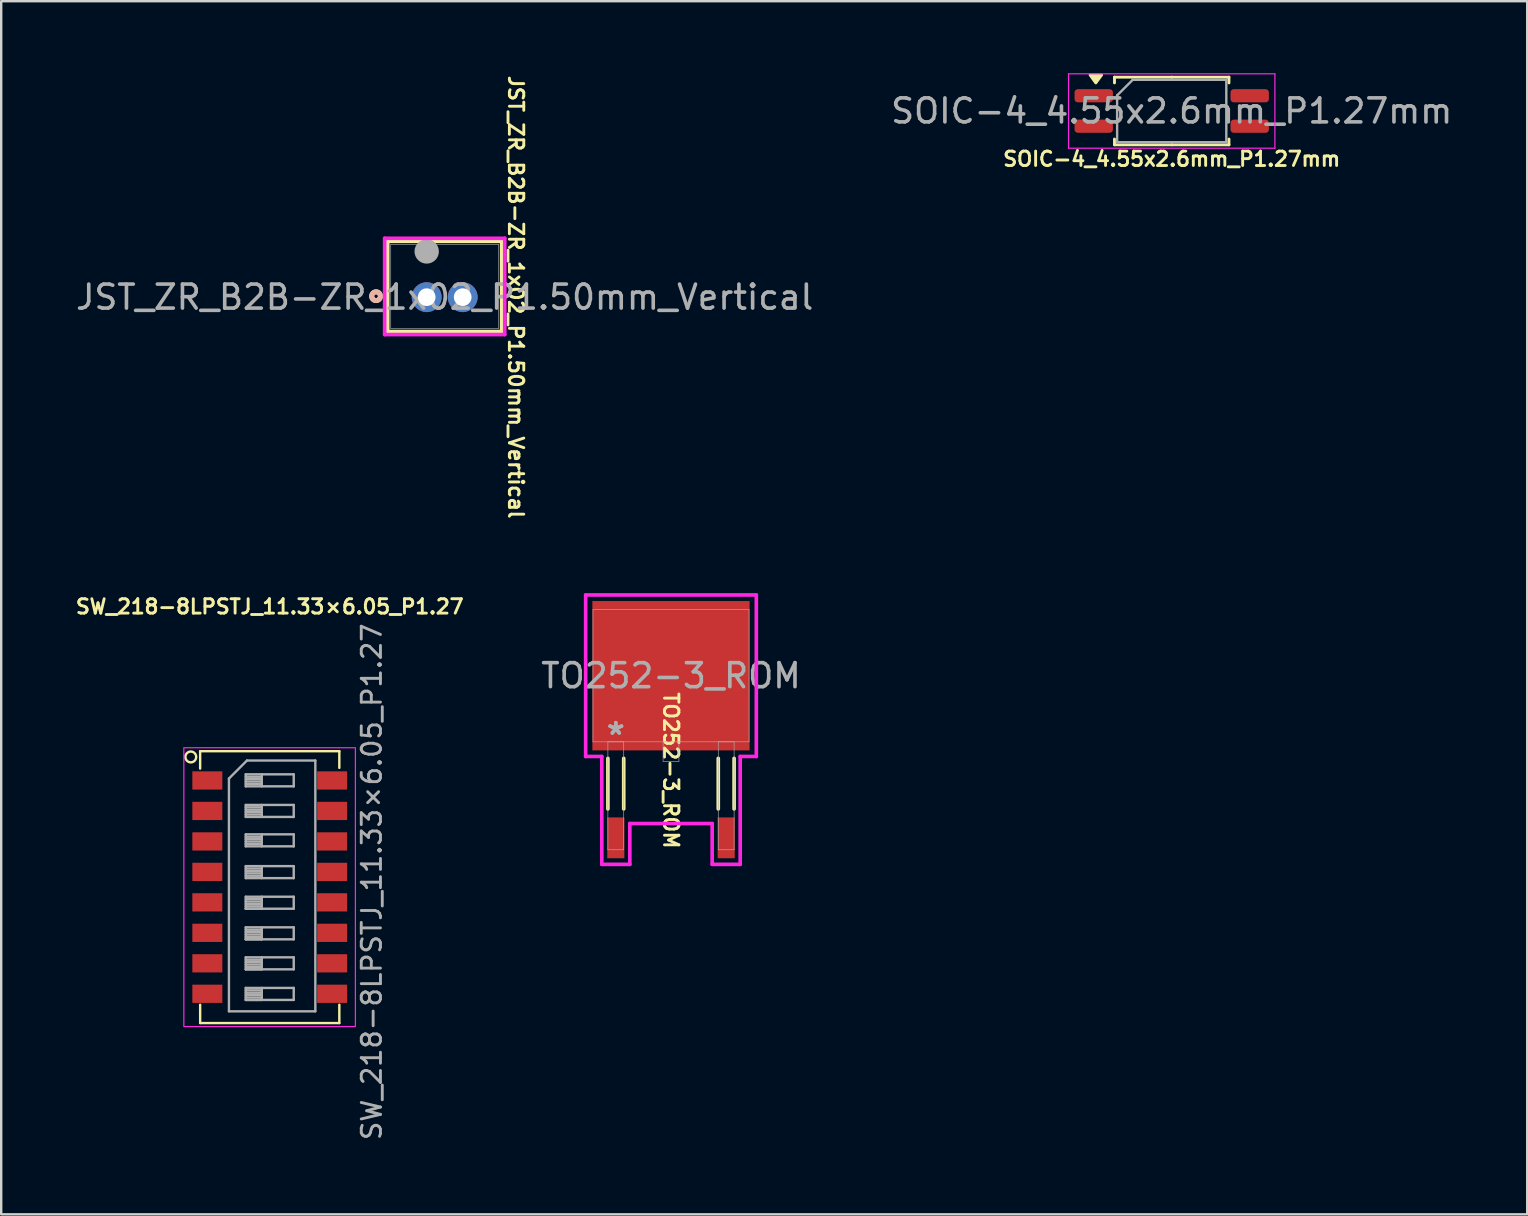
<source format=kicad_pcb>
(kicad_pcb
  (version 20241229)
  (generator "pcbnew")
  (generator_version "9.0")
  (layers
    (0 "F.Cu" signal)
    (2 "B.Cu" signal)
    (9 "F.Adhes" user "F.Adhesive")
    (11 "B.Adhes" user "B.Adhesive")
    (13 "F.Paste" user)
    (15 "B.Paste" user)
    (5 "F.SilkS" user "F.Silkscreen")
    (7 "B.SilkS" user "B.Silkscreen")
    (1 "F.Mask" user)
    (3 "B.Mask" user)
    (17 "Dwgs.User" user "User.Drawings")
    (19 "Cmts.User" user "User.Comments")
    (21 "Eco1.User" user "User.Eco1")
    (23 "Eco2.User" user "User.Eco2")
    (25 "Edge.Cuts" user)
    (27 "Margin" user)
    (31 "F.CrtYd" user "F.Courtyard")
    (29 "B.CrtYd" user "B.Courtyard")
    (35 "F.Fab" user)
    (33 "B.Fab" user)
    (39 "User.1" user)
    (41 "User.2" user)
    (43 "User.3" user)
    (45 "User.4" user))
  (footprint "JST_ZR_B2B-ZR_1x02_P1.50mm_Vertical"
    (layer "F.Cu")
    (at 14.732 9.334)
    (property "Reference" "JST_ZR_B2B-ZR_1x02_P1.50mm_Vertical" (at 3.717 0 270) (unlocked yes) (layer "F.SilkS") (effects (font (size 0.6 0.6) (thickness 0.12))))
    (attr through_hole)
    (fp_line (start -1.625 -2.327) (end -1.625 1.432) (stroke (width 0.152) (type solid)) (layer "F.SilkS"))
    (fp_line (start -1.625 1.432) (end 3.125 1.432) (stroke (width 0.152) (type solid)) (layer "F.SilkS"))
    (fp_line (start 3.125 -2.327) (end -1.625 -2.327) (stroke (width 0.152) (type solid)) (layer "F.SilkS"))
    (fp_line (start 3.125 1.432) (end 3.125 -2.327) (stroke (width 0.152) (type solid)) (layer "F.SilkS"))
    (fp_circle (center -2.11 -0.04) (end -1.93 -0.01) (stroke (width 0.208) (type solid)) (fill no) (layer "F.SilkS"))
    (fp_circle (center -2.11 -0.04) (end -1.93 -0.04) (stroke (width 0.208) (type solid)) (fill no) (layer "B.SilkS"))
    (fp_line (start -1.752 -2.454) (end -1.752 1.559) (stroke (width 0.152) (type solid)) (layer "F.CrtYd"))
    (fp_line (start -1.752 1.559) (end 3.252 1.559) (stroke (width 0.152) (type solid)) (layer "F.CrtYd"))
    (fp_line (start 3.252 -2.454) (end -1.752 -2.454) (stroke (width 0.152) (type solid)) (layer "F.CrtYd"))
    (fp_line (start 3.252 1.559) (end 3.252 -2.454) (stroke (width 0.152) (type solid)) (layer "F.CrtYd"))
    (fp_line (start -1.498 -2.2) (end -1.498 1.305) (stroke (width 0.025) (type solid)) (layer "F.Fab"))
    (fp_line (start -1.498 1.305) (end 2.998 1.305) (stroke (width 0.025) (type solid)) (layer "F.Fab"))
    (fp_line (start 2.998 -2.2) (end -1.498 -2.2) (stroke (width 0.025) (type solid)) (layer "F.Fab"))
    (fp_line (start 2.998 1.305) (end 2.998 -2.2) (stroke (width 0.025) (type solid)) (layer "F.Fab"))
    (fp_circle (center 0 -1.905) (end 0 -1.905) (stroke (width 0.508) (type solid)) (fill no) (layer "F.Fab"))
    (fp_text user "${REFERENCE}" (at 0.75 0 0) (unlocked yes) (layer "F.Fab") (effects (font (size 1 1) (thickness 0.15))))
    (pad "1" thru_hole circle (at 0 0) (size 1.245 1.245) (drill 0.737) (layers "*.Cu" "*.Mask"))
    (pad "2" thru_hole circle (at 1.5 0) (size 1.245 1.245) (drill 0.737) (layers "*.Cu" "*.Mask")))
  (footprint "SW_218-8LPSTJ_11.33×6.05_P1.27"
    (layer "F.Cu")
    (at 8.191 33.92)
    (property "Reference" "SW_218-8LPSTJ_11.33×6.05_P1.27" (at 0 -11.69 180) (layer "F.SilkS") (effects (font (size 0.6 0.6) (thickness 0.12))))
    (attr smd)
    (fp_line (start -2.9 -5.665) (end -2.9 -4.94) (stroke (width 0.1) (type default)) (layer "F.SilkS"))
    (fp_line (start -2.9 5.665) (end -2.9 4.9) (stroke (width 0.1) (type default)) (layer "F.SilkS"))
    (fp_line (start 2.9 -5.665) (end -2.9 -5.665) (stroke (width 0.1) (type default)) (layer "F.SilkS"))
    (fp_line (start 2.9 -5.665) (end 2.9 -4.97) (stroke (width 0.1) (type default)) (layer "F.SilkS"))
    (fp_line (start 2.9 5.665) (end -2.9 5.665) (stroke (width 0.1) (type default)) (layer "F.SilkS"))
    (fp_line (start 2.9 5.665) (end 2.9 4.9) (stroke (width 0.1) (type default)) (layer "F.SilkS"))
    (fp_circle (center -3.29 -5.425) (end -3.28 -5.2) (stroke (width 0.1) (type default)) (fill no) (layer "F.SilkS"))
    (fp_rect (start -3.58 -5.81) (end 3.57 5.81) (stroke (width 0.05) (type default)) (fill no) (layer "F.CrtYd"))
    (fp_line (start -1.7 -4.525) (end -0.95 -5.275) (stroke (width 0.1) (type solid)) (layer "F.Fab"))
    (fp_line (start -1.7 5.175) (end -1.7 -4.525) (stroke (width 0.1) (type solid)) (layer "F.Fab"))
    (fp_line (start -1 -4.7) (end -1 -4.2) (stroke (width 0.1) (type solid)) (layer "F.Fab"))
    (fp_line (start -1 -4.6) (end -0.333 -4.6) (stroke (width 0.1) (type solid)) (layer "F.Fab"))
    (fp_line (start -1 -4.5) (end -0.333 -4.5) (stroke (width 0.1) (type solid)) (layer "F.Fab"))
    (fp_line (start -1 -4.4) (end -0.333 -4.4) (stroke (width 0.1) (type solid)) (layer "F.Fab"))
    (fp_line (start -1 -4.3) (end -0.333 -4.3) (stroke (width 0.1) (type solid)) (layer "F.Fab"))
    (fp_line (start -1 -4.2) (end 1 -4.2) (stroke (width 0.1) (type solid)) (layer "F.Fab"))
    (fp_line (start -1 -3.425) (end -1 -2.925) (stroke (width 0.1) (type solid)) (layer "F.Fab"))
    (fp_line (start -1 -3.325) (end -0.333 -3.325) (stroke (width 0.1) (type solid)) (layer "F.Fab"))
    (fp_line (start -1 -3.225) (end -0.333 -3.225) (stroke (width 0.1) (type solid)) (layer "F.Fab"))
    (fp_line (start -1 -3.125) (end -0.333 -3.125) (stroke (width 0.1) (type solid)) (layer "F.Fab"))
    (fp_line (start -1 -3.025) (end -0.333 -3.025) (stroke (width 0.1) (type solid)) (layer "F.Fab"))
    (fp_line (start -1 -2.925) (end 1 -2.925) (stroke (width 0.1) (type solid)) (layer "F.Fab"))
    (fp_line (start -1 -2.2) (end -1 -1.7) (stroke (width 0.1) (type solid)) (layer "F.Fab"))
    (fp_line (start -1 -2.1) (end -0.333 -2.1) (stroke (width 0.1) (type solid)) (layer "F.Fab"))
    (fp_line (start -1 -2) (end -0.333 -2) (stroke (width 0.1) (type solid)) (layer "F.Fab"))
    (fp_line (start -1 -1.9) (end -0.333 -1.9) (stroke (width 0.1) (type solid)) (layer "F.Fab"))
    (fp_line (start -1 -1.8) (end -0.333 -1.8) (stroke (width 0.1) (type solid)) (layer "F.Fab"))
    (fp_line (start -1 -1.7) (end 1 -1.7) (stroke (width 0.1) (type solid)) (layer "F.Fab"))
    (fp_line (start -1 -0.875) (end -1 -0.375) (stroke (width 0.1) (type solid)) (layer "F.Fab"))
    (fp_line (start -1 -0.775) (end -0.333 -0.775) (stroke (width 0.1) (type solid)) (layer "F.Fab"))
    (fp_line (start -1 -0.675) (end -0.333 -0.675) (stroke (width 0.1) (type solid)) (layer "F.Fab"))
    (fp_line (start -1 -0.575) (end -0.333 -0.575) (stroke (width 0.1) (type solid)) (layer "F.Fab"))
    (fp_line (start -1 -0.475) (end -0.333 -0.475) (stroke (width 0.1) (type solid)) (layer "F.Fab"))
    (fp_line (start -1 -0.375) (end 1 -0.375) (stroke (width 0.1) (type solid)) (layer "F.Fab"))
    (fp_line (start -1 0.4) (end -1 0.9) (stroke (width 0.1) (type solid)) (layer "F.Fab"))
    (fp_line (start -1 0.5) (end -0.333 0.5) (stroke (width 0.1) (type solid)) (layer "F.Fab"))
    (fp_line (start -1 0.6) (end -0.333 0.6) (stroke (width 0.1) (type solid)) (layer "F.Fab"))
    (fp_line (start -1 0.7) (end -0.333 0.7) (stroke (width 0.1) (type solid)) (layer "F.Fab"))
    (fp_line (start -1 0.8) (end -0.333 0.8) (stroke (width 0.1) (type solid)) (layer "F.Fab"))
    (fp_line (start -1 0.9) (end -0.333 0.9) (stroke (width 0.1) (type solid)) (layer "F.Fab"))
    (fp_line (start -1 0.9) (end 1 0.9) (stroke (width 0.1) (type solid)) (layer "F.Fab"))
    (fp_line (start -1 1.675) (end -1 2.175) (stroke (width 0.1) (type solid)) (layer "F.Fab"))
    (fp_line (start -1 1.775) (end -0.333 1.775) (stroke (width 0.1) (type solid)) (layer "F.Fab"))
    (fp_line (start -1 1.875) (end -0.333 1.875) (stroke (width 0.1) (type solid)) (layer "F.Fab"))
    (fp_line (start -1 1.975) (end -0.333 1.975) (stroke (width 0.1) (type solid)) (layer "F.Fab"))
    (fp_line (start -1 2.075) (end -0.333 2.075) (stroke (width 0.1) (type solid)) (layer "F.Fab"))
    (fp_line (start -1 2.175) (end -0.333 2.175) (stroke (width 0.1) (type solid)) (layer "F.Fab"))
    (fp_line (start -1 2.175) (end 1 2.175) (stroke (width 0.1) (type solid)) (layer "F.Fab"))
    (fp_line (start -1 2.925) (end -1 3.425) (stroke (width 0.1) (type solid)) (layer "F.Fab"))
    (fp_line (start -1 3.025) (end -0.333 3.025) (stroke (width 0.1) (type solid)) (layer "F.Fab"))
    (fp_line (start -1 3.125) (end -0.333 3.125) (stroke (width 0.1) (type solid)) (layer "F.Fab"))
    (fp_line (start -1 3.225) (end -0.333 3.225) (stroke (width 0.1) (type solid)) (layer "F.Fab"))
    (fp_line (start -1 3.325) (end -0.333 3.325) (stroke (width 0.1) (type solid)) (layer "F.Fab"))
    (fp_line (start -1 3.425) (end -0.333 3.425) (stroke (width 0.1) (type solid)) (layer "F.Fab"))
    (fp_line (start -1 3.425) (end 1 3.425) (stroke (width 0.1) (type solid)) (layer "F.Fab"))
    (fp_line (start -1 4.2) (end -1 4.7) (stroke (width 0.1) (type solid)) (layer "F.Fab"))
    (fp_line (start -1 4.3) (end -0.333 4.3) (stroke (width 0.1) (type solid)) (layer "F.Fab"))
    (fp_line (start -1 4.4) (end -0.333 4.4) (stroke (width 0.1) (type solid)) (layer "F.Fab"))
    (fp_line (start -1 4.5) (end -0.333 4.5) (stroke (width 0.1) (type solid)) (layer "F.Fab"))
    (fp_line (start -1 4.6) (end -0.333 4.6) (stroke (width 0.1) (type solid)) (layer "F.Fab"))
    (fp_line (start -1 4.7) (end -0.333 4.7) (stroke (width 0.1) (type solid)) (layer "F.Fab"))
    (fp_line (start -1 4.7) (end 1 4.7) (stroke (width 0.1) (type solid)) (layer "F.Fab"))
    (fp_line (start -0.95 -5.275) (end 1.9 -5.275) (stroke (width 0.1) (type solid)) (layer "F.Fab"))
    (fp_line (start -0.333 -4.7) (end -0.333 -4.2) (stroke (width 0.1) (type solid)) (layer "F.Fab"))
    (fp_line (start -0.333 -3.425) (end -0.333 -2.925) (stroke (width 0.1) (type solid)) (layer "F.Fab"))
    (fp_line (start -0.333 -2.2) (end -0.333 -1.7) (stroke (width 0.1) (type solid)) (layer "F.Fab"))
    (fp_line (start -0.333 -0.875) (end -0.333 -0.375) (stroke (width 0.1) (type solid)) (layer "F.Fab"))
    (fp_line (start -0.333 0.4) (end -0.333 0.9) (stroke (width 0.1) (type solid)) (layer "F.Fab"))
    (fp_line (start -0.333 1.675) (end -0.333 2.175) (stroke (width 0.1) (type solid)) (layer "F.Fab"))
    (fp_line (start -0.333 2.925) (end -0.333 3.425) (stroke (width 0.1) (type solid)) (layer "F.Fab"))
    (fp_line (start -0.333 4.2) (end -0.333 4.7) (stroke (width 0.1) (type solid)) (layer "F.Fab"))
    (fp_line (start 1 -4.7) (end -1 -4.7) (stroke (width 0.1) (type solid)) (layer "F.Fab"))
    (fp_line (start 1 -4.2) (end 1 -4.7) (stroke (width 0.1) (type solid)) (layer "F.Fab"))
    (fp_line (start 1 -3.425) (end -1 -3.425) (stroke (width 0.1) (type solid)) (layer "F.Fab"))
    (fp_line (start 1 -2.925) (end 1 -3.425) (stroke (width 0.1) (type solid)) (layer "F.Fab"))
    (fp_line (start 1 -2.2) (end -1 -2.2) (stroke (width 0.1) (type solid)) (layer "F.Fab"))
    (fp_line (start 1 -1.7) (end 1 -2.2) (stroke (width 0.1) (type solid)) (layer "F.Fab"))
    (fp_line (start 1 -0.875) (end -1 -0.875) (stroke (width 0.1) (type solid)) (layer "F.Fab"))
    (fp_line (start 1 -0.375) (end 1 -0.875) (stroke (width 0.1) (type solid)) (layer "F.Fab"))
    (fp_line (start 1 0.4) (end -1 0.4) (stroke (width 0.1) (type solid)) (layer "F.Fab"))
    (fp_line (start 1 0.9) (end 1 0.4) (stroke (width 0.1) (type solid)) (layer "F.Fab"))
    (fp_line (start 1 1.675) (end -1 1.675) (stroke (width 0.1) (type solid)) (layer "F.Fab"))
    (fp_line (start 1 2.175) (end 1 1.675) (stroke (width 0.1) (type solid)) (layer "F.Fab"))
    (fp_line (start 1 2.925) (end -1 2.925) (stroke (width 0.1) (type solid)) (layer "F.Fab"))
    (fp_line (start 1 3.425) (end 1 2.925) (stroke (width 0.1) (type solid)) (layer "F.Fab"))
    (fp_line (start 1 4.2) (end -1 4.2) (stroke (width 0.1) (type solid)) (layer "F.Fab"))
    (fp_line (start 1 4.7) (end 1 4.2) (stroke (width 0.1) (type solid)) (layer "F.Fab"))
    (fp_line (start 1.9 -5.275) (end 1.9 5.175) (stroke (width 0.1) (type solid)) (layer "F.Fab"))
    (fp_line (start 1.9 5.175) (end -1.7 5.175) (stroke (width 0.1) (type solid)) (layer "F.Fab"))
    (fp_text user "${REFERENCE}" (at 4.25 -0.225 90) (layer "F.Fab") (effects (font (size 0.8 0.8) (thickness 0.12))))
    (pad "1" smd rect (at -2.6 -4.445) (size 1.25 0.76) (layers "F.Cu" "F.Mask" "F.Paste"))
    (pad "2" smd rect (at -2.6 -3.175) (size 1.25 0.76) (layers "F.Cu" "F.Mask" "F.Paste"))
    (pad "3" smd rect (at -2.6 -1.905) (size 1.25 0.76) (layers "F.Cu" "F.Mask" "F.Paste"))
    (pad "4" smd rect (at -2.6 -0.635) (size 1.25 0.76) (layers "F.Cu" "F.Mask" "F.Paste"))
    (pad "5" smd rect (at -2.6 0.635) (size 1.25 0.76) (layers "F.Cu" "F.Mask" "F.Paste"))
    (pad "6" smd rect (at -2.6 1.905) (size 1.25 0.76) (layers "F.Cu" "F.Mask" "F.Paste"))
    (pad "7" smd rect (at -2.6 3.175) (size 1.25 0.76) (layers "F.Cu" "F.Mask" "F.Paste"))
    (pad "8" smd rect (at -2.6 4.445) (size 1.25 0.76) (layers "F.Cu" "F.Mask" "F.Paste"))
    (pad "9" smd rect (at 2.6 4.445) (size 1.25 0.76) (layers "F.Cu" "F.Mask" "F.Paste"))
    (pad "10" smd rect (at 2.6 3.175) (size 1.25 0.76) (layers "F.Cu" "F.Mask" "F.Paste"))
    (pad "11" smd rect (at 2.6 1.905) (size 1.25 0.76) (layers "F.Cu" "F.Mask" "F.Paste"))
    (pad "12" smd rect (at 2.6 0.635) (size 1.25 0.76) (layers "F.Cu" "F.Mask" "F.Paste"))
    (pad "13" smd rect (at 2.6 -0.635) (size 1.25 0.76) (layers "F.Cu" "F.Mask" "F.Paste"))
    (pad "14" smd rect (at 2.6 -1.905) (size 1.25 0.76) (layers "F.Cu" "F.Mask" "F.Paste"))
    (pad "15" smd rect (at 2.6 -3.175) (size 1.25 0.76) (layers "F.Cu" "F.Mask" "F.Paste"))
    (pad "16" smd rect (at 2.6 -4.445) (size 1.25 0.76) (layers "F.Cu" "F.Mask" "F.Paste")))
  (footprint "TO252-3_ROM"
    (layer "F.Cu")
    (at 24.913 25.11)
    (property "Reference" "TO252-3_ROM" (at 0 3.948 270) (unlocked yes) (layer "F.SilkS") (effects (font (size 0.6 0.6) (thickness 0.12))))
    (attr smd)
    (fp_line (start -2.63 3.444) (end -2.63 5.55) (stroke (width 0.152) (type solid)) (layer "F.SilkS"))
    (fp_line (start -1.97 3.444) (end -1.97 5.55) (stroke (width 0.152) (type solid)) (layer "F.SilkS"))
    (fp_line (start 1.97 3.444) (end 1.97 5.55) (stroke (width 0.152) (type solid)) (layer "F.SilkS"))
    (fp_line (start 2.63 3.444) (end 2.63 5.55) (stroke (width 0.152) (type solid)) (layer "F.SilkS"))
    (fp_line (start -3.556 -3.365) (end 3.556 -3.365) (stroke (width 0.152) (type solid)) (layer "F.CrtYd"))
    (fp_line (start -3.556 3.365) (end -3.556 -3.365) (stroke (width 0.152) (type solid)) (layer "F.CrtYd"))
    (fp_line (start -2.884 3.365) (end -3.556 3.365) (stroke (width 0.152) (type solid)) (layer "F.CrtYd"))
    (fp_line (start -2.884 7.861) (end -2.884 3.365) (stroke (width 0.152) (type solid)) (layer "F.CrtYd"))
    (fp_line (start -1.716 6.16) (end -1.716 7.861) (stroke (width 0.152) (type solid)) (layer "F.CrtYd"))
    (fp_line (start -1.716 7.861) (end -2.884 7.861) (stroke (width 0.152) (type solid)) (layer "F.CrtYd"))
    (fp_line (start 1.716 6.16) (end -1.716 6.16) (stroke (width 0.152) (type solid)) (layer "F.CrtYd"))
    (fp_line (start 1.716 7.861) (end 1.716 6.16) (stroke (width 0.152) (type solid)) (layer "F.CrtYd"))
    (fp_line (start 2.884 3.365) (end 2.884 7.861) (stroke (width 0.152) (type solid)) (layer "F.CrtYd"))
    (fp_line (start 2.884 7.861) (end 1.716 7.861) (stroke (width 0.152) (type solid)) (layer "F.CrtYd"))
    (fp_line (start 3.556 -3.365) (end 3.556 3.365) (stroke (width 0.152) (type solid)) (layer "F.CrtYd"))
    (fp_line (start 3.556 3.365) (end 2.884 3.365) (stroke (width 0.152) (type solid)) (layer "F.CrtYd"))
    (fp_line (start -3.251 -2.756) (end -3.251 2.756) (stroke (width 0.025) (type solid)) (layer "F.Fab"))
    (fp_line (start -3.251 2.756) (end 3.251 2.756) (stroke (width 0.025) (type solid)) (layer "F.Fab"))
    (fp_line (start -2.63 2.756) (end -2.63 7.252) (stroke (width 0.025) (type solid)) (layer "F.Fab"))
    (fp_line (start -2.63 7.252) (end -1.97 7.252) (stroke (width 0.025) (type solid)) (layer "F.Fab"))
    (fp_line (start -1.97 2.756) (end -2.63 2.756) (stroke (width 0.025) (type solid)) (layer "F.Fab"))
    (fp_line (start -1.97 7.252) (end -1.97 2.756) (stroke (width 0.025) (type solid)) (layer "F.Fab"))
    (fp_line (start -0.33 2.756) (end -0.33 3.569) (stroke (width 0.025) (type solid)) (layer "F.Fab"))
    (fp_line (start -0.33 3.569) (end 0.33 3.569) (stroke (width 0.025) (type solid)) (layer "F.Fab"))
    (fp_line (start 0.33 3.569) (end 0.33 2.756) (stroke (width 0.025) (type solid)) (layer "F.Fab"))
    (fp_line (start 1.97 2.756) (end 1.97 7.252) (stroke (width 0.025) (type solid)) (layer "F.Fab"))
    (fp_line (start 1.97 7.252) (end 2.63 7.252) (stroke (width 0.025) (type solid)) (layer "F.Fab"))
    (fp_line (start 2.63 2.756) (end 1.97 2.756) (stroke (width 0.025) (type solid)) (layer "F.Fab"))
    (fp_line (start 2.63 7.252) (end 2.63 2.756) (stroke (width 0.025) (type solid)) (layer "F.Fab"))
    (fp_line (start 3.251 -2.756) (end -3.251 -2.756) (stroke (width 0.025) (type solid)) (layer "F.Fab"))
    (fp_line (start 3.251 2.756) (end 3.251 -2.756) (stroke (width 0.025) (type solid)) (layer "F.Fab"))
    (fp_text user "${REFERENCE}" (at 0 0 0) (unlocked yes) (layer "F.Fab") (effects (font (size 1 1) (thickness 0.15))))
    (fp_text user "*" (at -2.3 2.502 0) (layer "F.Fab") (effects (font (size 1 1) (thickness 0.15))))
    (fp_text user "*" (at -2.3 2.502 0) (layer "F.Fab") (effects (font (size 1 1) (thickness 0.15))))
    (pad "1" smd rect (at -2.3 6.756) (size 0.711 1.702) (layers "F.Cu" "F.Mask" "F.Paste"))
    (pad "2" smd rect (at 0 0) (size 6.553 6.223) (layers "F.Cu" "F.Mask" "F.Paste"))
    (pad "3" smd rect (at 2.3 6.756) (size 0.711 1.702) (layers "F.Cu" "F.Mask" "F.Paste")))
  (footprint "SOIC-4_4.55x2.6mm_P1.27mm"
    (layer "F.Cu")
    (at 45.78 1.575)
    (property "Reference" "SOIC-4_4.55x2.6mm_P1.27mm" (at 0 2 180) (layer "F.SilkS") (effects (font (size 0.6 0.6) (thickness 0.12) (bold yes))))
    (attr smd)
    (fp_line (start -2.385 -1.41) (end -2.385 -1.17) (stroke (width 0.12) (type solid)) (layer "F.SilkS"))
    (fp_line (start -2.385 1.41) (end -2.385 1.17) (stroke (width 0.12) (type solid)) (layer "F.SilkS"))
    (fp_line (start 0 -1.41) (end -2.385 -1.41) (stroke (width 0.12) (type solid)) (layer "F.SilkS"))
    (fp_line (start 0 -1.41) (end 2.385 -1.41) (stroke (width 0.12) (type solid)) (layer "F.SilkS"))
    (fp_line (start 0 1.41) (end -2.385 1.41) (stroke (width 0.12) (type solid)) (layer "F.SilkS"))
    (fp_line (start 0 1.41) (end 2.385 1.41) (stroke (width 0.12) (type solid)) (layer "F.SilkS"))
    (fp_line (start 2.385 -1.41) (end 2.385 -1.17) (stroke (width 0.12) (type solid)) (layer "F.SilkS"))
    (fp_line (start 2.385 1.41) (end 2.385 1.17) (stroke (width 0.12) (type solid)) (layer "F.SilkS"))
    (fp_poly (pts (xy -3.163 -1.17) (xy -3.402 -1.5) (xy -2.922 -1.5) (xy -3.163 -1.17)) (stroke (width 0.12) (type solid)) (fill yes) (layer "F.SilkS"))
    (fp_line (start -4.3 -1.55) (end -4.3 1.55) (stroke (width 0.05) (type solid)) (layer "F.CrtYd"))
    (fp_line (start -4.3 1.55) (end 4.3 1.55) (stroke (width 0.05) (type solid)) (layer "F.CrtYd"))
    (fp_line (start 4.3 -1.55) (end -4.3 -1.55) (stroke (width 0.05) (type solid)) (layer "F.CrtYd"))
    (fp_line (start 4.3 1.55) (end 4.3 -1.55) (stroke (width 0.05) (type solid)) (layer "F.CrtYd"))
    (fp_line (start -2.275 -0.65) (end -1.625 -1.3) (stroke (width 0.1) (type solid)) (layer "F.Fab"))
    (fp_line (start -2.275 1.3) (end -2.275 -0.65) (stroke (width 0.1) (type solid)) (layer "F.Fab"))
    (fp_line (start -1.625 -1.3) (end 2.275 -1.3) (stroke (width 0.1) (type solid)) (layer "F.Fab"))
    (fp_line (start 2.275 -1.3) (end 2.275 1.3) (stroke (width 0.1) (type solid)) (layer "F.Fab"))
    (fp_line (start 2.275 1.3) (end -2.275 1.3) (stroke (width 0.1) (type solid)) (layer "F.Fab"))
    (fp_text user "${REFERENCE}" (at 0 0 180) (layer "F.Fab") (effects (font (size 1 1) (thickness 0.15))))
    (pad "1" smd roundrect (at -3.25 -0.635) (size 1.6 0.55) (layers "F.Cu" "F.Mask" "F.Paste") (roundrect_rratio 0.25))
    (pad "2" smd roundrect (at -3.25 0.635) (size 1.6 0.55) (layers "F.Cu" "F.Mask" "F.Paste") (roundrect_rratio 0.25))
    (pad "3" smd roundrect (at 3.25 0.635) (size 1.6 0.55) (layers "F.Cu" "F.Mask" "F.Paste") (roundrect_rratio 0.25))
    (pad "4" smd roundrect (at 3.25 -0.635) (size 1.6 0.55) (layers "F.Cu" "F.Mask" "F.Paste") (roundrect_rratio 0.25)))
  (gr_rect
    (start -3 -3)
    (end 60.595 47.557)
    (stroke (width 0.1) (type default))
    (fill no)
    (layer "Edge.Cuts")))
</source>
